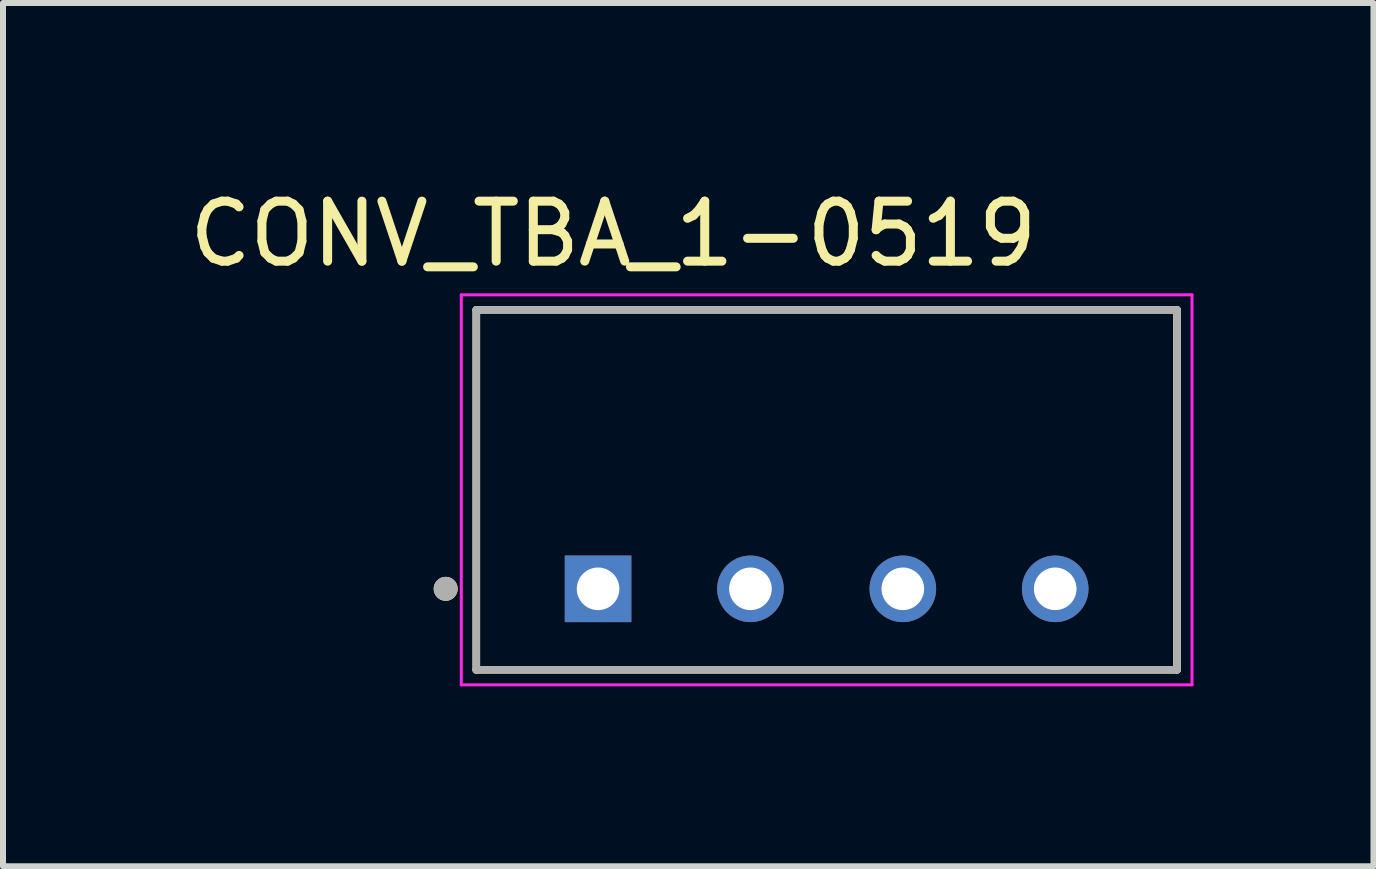
<source format=kicad_pcb>
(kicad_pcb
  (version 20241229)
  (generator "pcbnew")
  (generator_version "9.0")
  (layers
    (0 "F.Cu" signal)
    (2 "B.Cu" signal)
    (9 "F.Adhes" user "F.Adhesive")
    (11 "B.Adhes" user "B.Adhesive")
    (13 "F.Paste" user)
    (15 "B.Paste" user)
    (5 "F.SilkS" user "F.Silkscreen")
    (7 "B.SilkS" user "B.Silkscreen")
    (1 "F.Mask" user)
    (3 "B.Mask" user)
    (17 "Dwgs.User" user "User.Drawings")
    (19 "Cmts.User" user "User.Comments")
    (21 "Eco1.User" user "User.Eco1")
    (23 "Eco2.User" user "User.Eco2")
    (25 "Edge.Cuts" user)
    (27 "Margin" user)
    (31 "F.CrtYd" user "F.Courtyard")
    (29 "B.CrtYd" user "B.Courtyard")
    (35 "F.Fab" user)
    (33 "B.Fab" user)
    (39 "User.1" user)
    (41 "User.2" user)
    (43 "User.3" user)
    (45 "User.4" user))
  (footprint "CONV_TBA_1-0519"
    (layer "F.Cu")
    (at 10.729 5.115)
    (property "Reference" "CONV_TBA_1-0519" (at -3.556 -4.267 0) (layer "F.SilkS") (effects (font (size 1 1) (thickness 0.15))))
    (attr through_hole)
    (fp_line (start -5.84 -3) (end 5.84 -3) (stroke (width 0.127) (type solid)) (layer "F.SilkS"))
    (fp_line (start -5.84 3) (end -5.84 -3) (stroke (width 0.127) (type solid)) (layer "F.SilkS"))
    (fp_line (start 5.84 -3) (end 5.84 3) (stroke (width 0.127) (type solid)) (layer "F.SilkS"))
    (fp_line (start 5.84 3) (end -5.84 3) (stroke (width 0.127) (type solid)) (layer "F.SilkS"))
    (fp_circle (center -6.35 1.65) (end -6.25 1.65) (stroke (width 0.2) (type solid)) (fill no) (layer "F.SilkS"))
    (fp_line (start -6.09 -3.25) (end -6.09 3.25) (stroke (width 0.05) (type solid)) (layer "F.CrtYd"))
    (fp_line (start -6.09 3.25) (end 6.09 3.25) (stroke (width 0.05) (type solid)) (layer "F.CrtYd"))
    (fp_line (start 6.09 -3.25) (end -6.09 -3.25) (stroke (width 0.05) (type solid)) (layer "F.CrtYd"))
    (fp_line (start 6.09 3.25) (end 6.09 -3.25) (stroke (width 0.05) (type solid)) (layer "F.CrtYd"))
    (fp_line (start -5.84 -3) (end 5.84 -3) (stroke (width 0.127) (type solid)) (layer "F.Fab"))
    (fp_line (start -5.84 3) (end -5.84 -3) (stroke (width 0.127) (type solid)) (layer "F.Fab"))
    (fp_line (start 5.84 -3) (end 5.84 3) (stroke (width 0.127) (type solid)) (layer "F.Fab"))
    (fp_line (start 5.84 3) (end -5.84 3) (stroke (width 0.127) (type solid)) (layer "F.Fab"))
    (fp_circle (center -6.35 1.65) (end -6.25 1.65) (stroke (width 0.2) (type solid)) (fill no) (layer "F.Fab"))
    (pad "1" thru_hole rect (at -3.81 1.65) (size 1.11 1.11) (drill 0.71) (layers "*.Cu" "*.Mask"))
    (pad "2" thru_hole circle (at -1.27 1.65) (size 1.11 1.11) (drill 0.71) (layers "*.Cu" "*.Mask"))
    (pad "3" thru_hole circle (at 1.27 1.65) (size 1.11 1.11) (drill 0.71) (layers "*.Cu" "*.Mask"))
    (pad "4" thru_hole circle (at 3.81 1.65) (size 1.11 1.11) (drill 0.71) (layers "*.Cu" "*.Mask")))
  (gr_rect
    (start -3 -3)
    (end 19.844 11.39)
    (stroke (width 0.1) (type default))
    (fill no)
    (layer "Edge.Cuts")))
</source>
